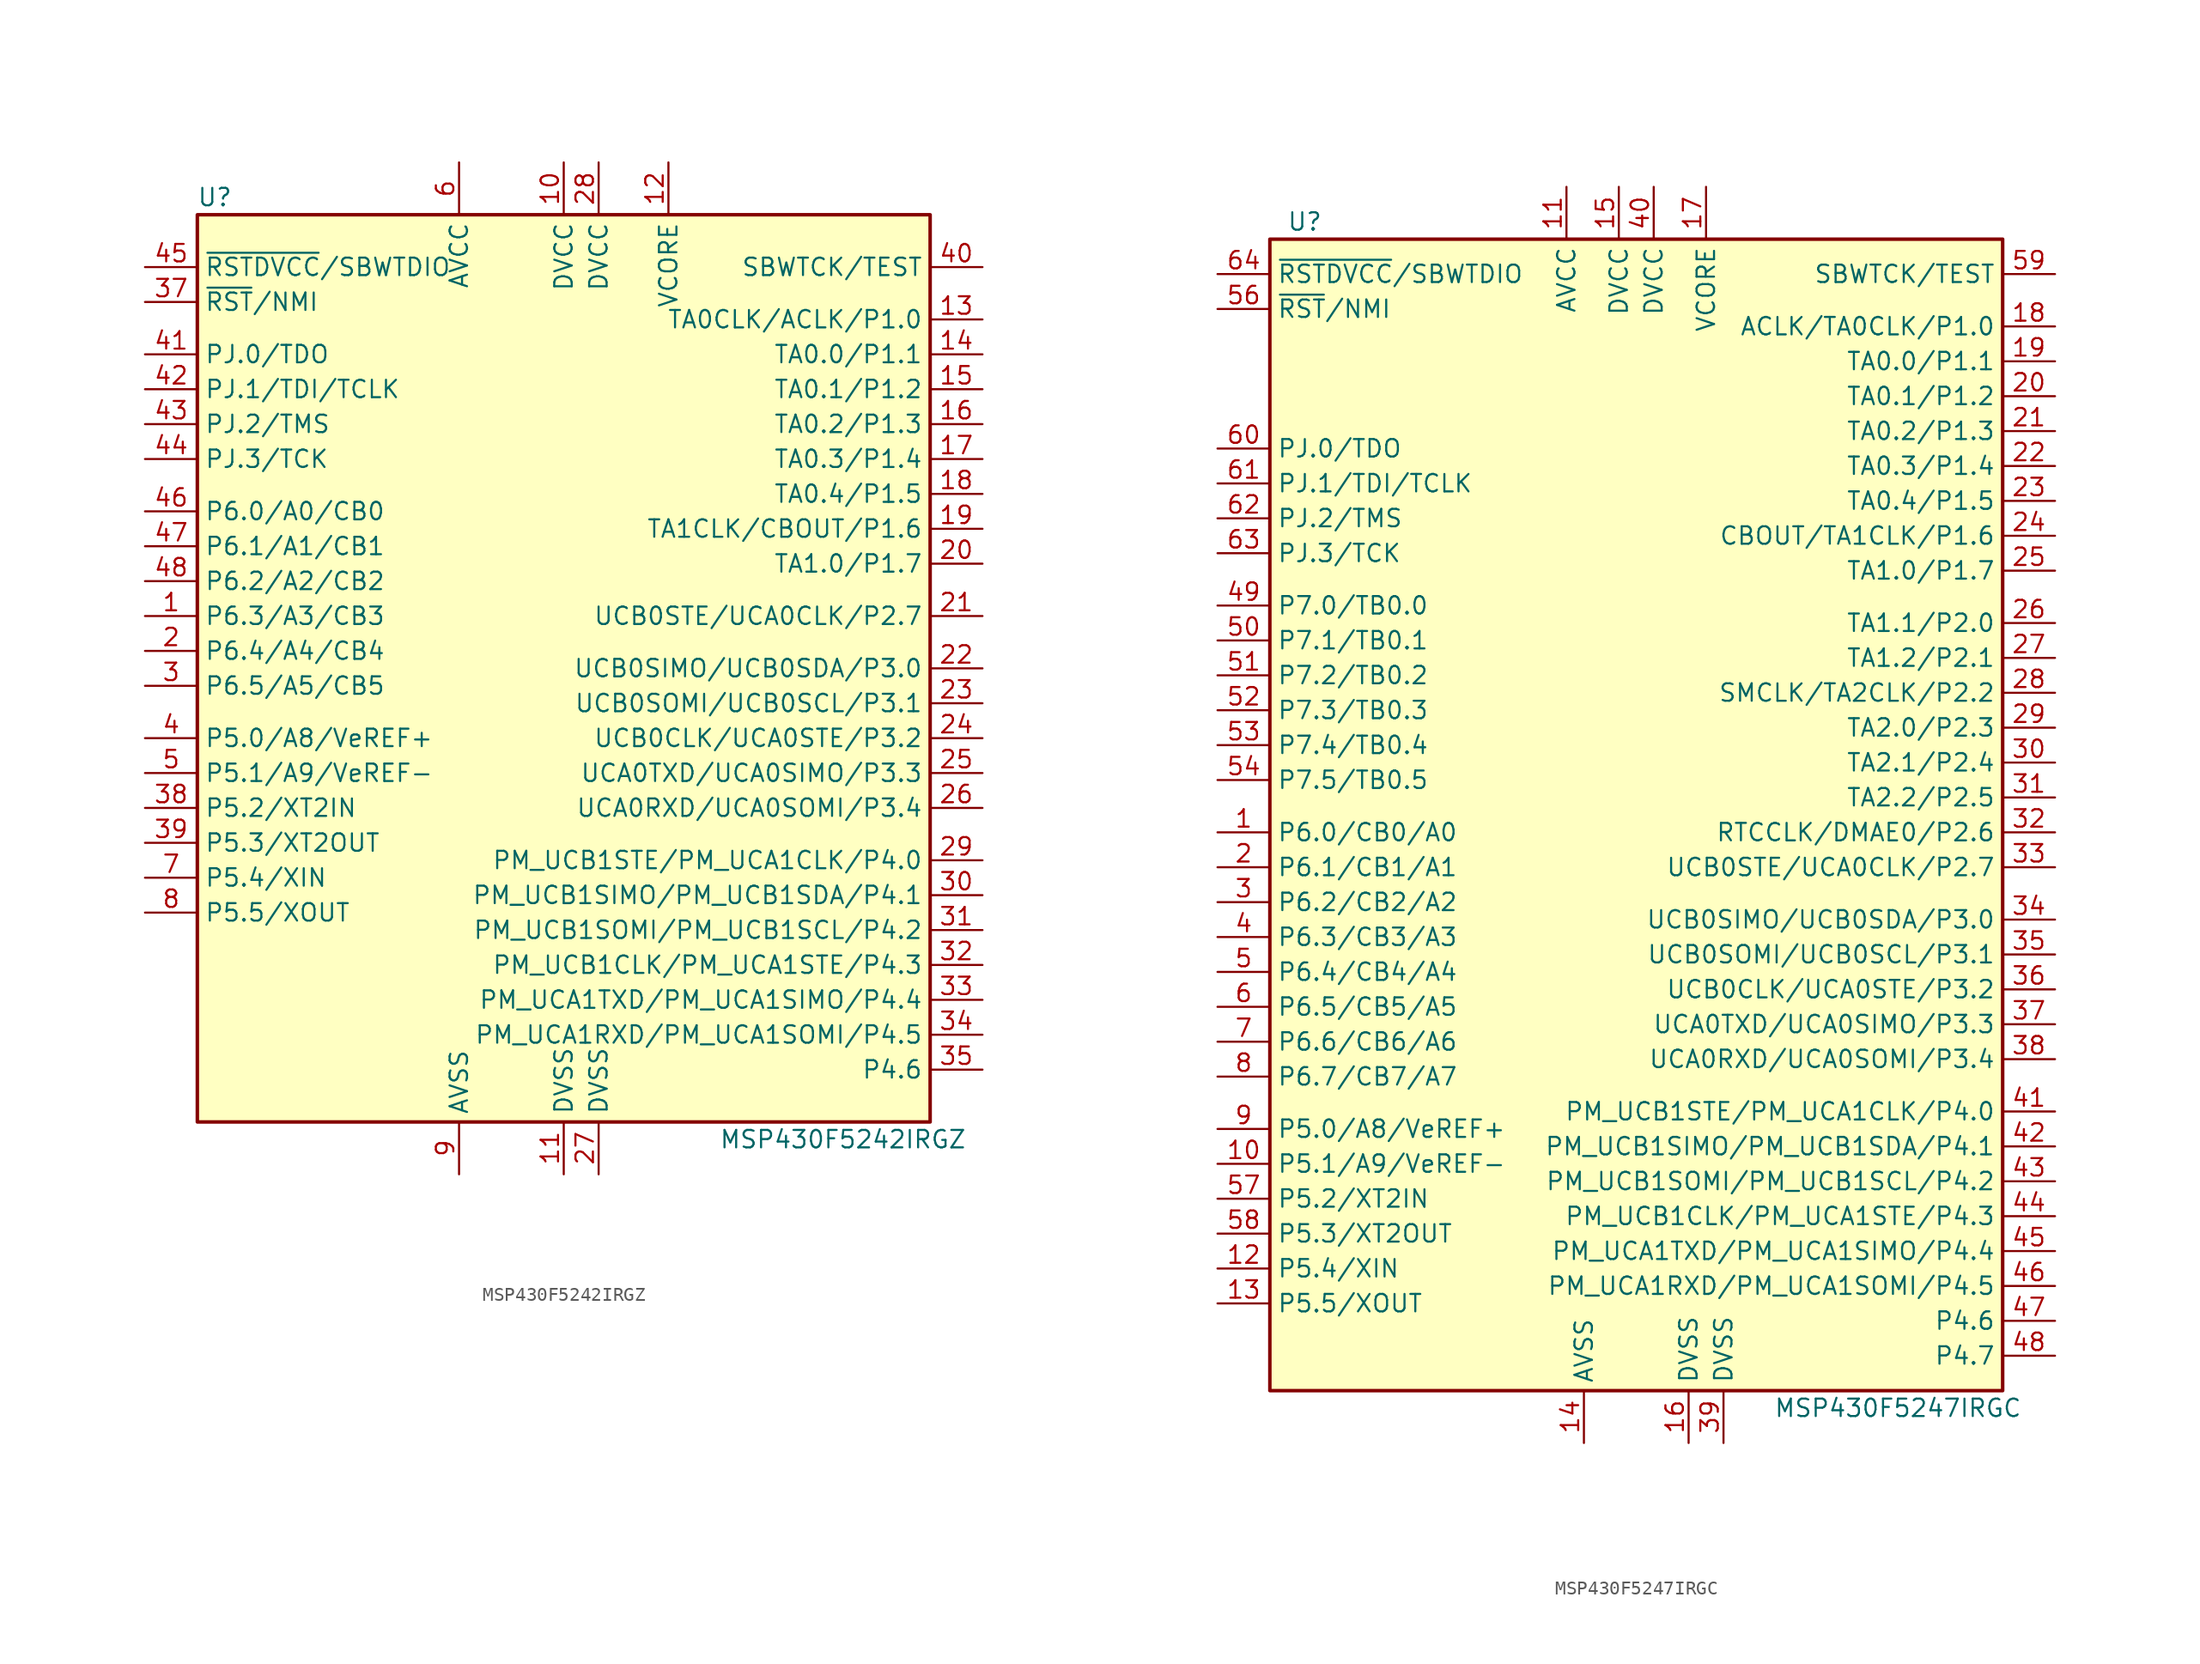
<source format=kicad_sym>
(kicad_symbol_lib
  (version 20201005)
  (generator kicad_symbol_editor)
  (symbol "MCU_Texas_MSP430:MSP430F5242IRGZ"
    (property "Reference" "U"
      (at -25.4 35.56 0)
      (effects (font (size 1.27 1.27))))
    (property "Value" "MSP430F5242IRGZ"
      (at 20.32 -33.02 0)
      (effects (font (size 1.27 1.27))))
    (symbol "MSP430F5242IRGZ_0_1"
      (rectangle (start -26.67 34.29) (end 26.67 -31.75) (stroke (width 0.254)) (fill (type background))))
    (symbol "MSP430F5242IRGZ_1_1"
      (pin bidirectional line (at -30.48 5.08 0) (length 3.81) (name "P6.3/A3/CB3" (effects (font (size 1.27 1.27)))) (number "1" (effects (font (size 1.27 1.27)))))
      (pin power_in line (at 0 38.1 270) (length 3.81) (name "DVCC" (effects (font (size 1.27 1.27)))) (number "10" (effects (font (size 1.27 1.27)))))
      (pin power_in line (at 0 -35.56 90) (length 3.81) (name "DVSS" (effects (font (size 1.27 1.27)))) (number "11" (effects (font (size 1.27 1.27)))))
      (pin passive line (at 7.62 38.1 270) (length 3.81) (name "VCORE" (effects (font (size 1.27 1.27)))) (number "12" (effects (font (size 1.27 1.27)))))
      (pin bidirectional line (at 30.48 26.67 180) (length 3.81) (name "TA0CLK/ACLK/P1.0" (effects (font (size 1.27 1.27)))) (number "13" (effects (font (size 1.27 1.27)))))
      (pin bidirectional line (at 30.48 24.13 180) (length 3.81) (name "TA0.0/P1.1" (effects (font (size 1.27 1.27)))) (number "14" (effects (font (size 1.27 1.27)))))
      (pin bidirectional line (at 30.48 21.59 180) (length 3.81) (name "TA0.1/P1.2" (effects (font (size 1.27 1.27)))) (number "15" (effects (font (size 1.27 1.27)))))
      (pin bidirectional line (at 30.48 19.05 180) (length 3.81) (name "TA0.2/P1.3" (effects (font (size 1.27 1.27)))) (number "16" (effects (font (size 1.27 1.27)))))
      (pin bidirectional line (at 30.48 16.51 180) (length 3.81) (name "TA0.3/P1.4" (effects (font (size 1.27 1.27)))) (number "17" (effects (font (size 1.27 1.27)))))
      (pin bidirectional line (at 30.48 13.97 180) (length 3.81) (name "TA0.4/P1.5" (effects (font (size 1.27 1.27)))) (number "18" (effects (font (size 1.27 1.27)))))
      (pin bidirectional line (at 30.48 11.43 180) (length 3.81) (name "TA1CLK/CBOUT/P1.6" (effects (font (size 1.27 1.27)))) (number "19" (effects (font (size 1.27 1.27)))))
      (pin bidirectional line (at -30.48 2.54 0) (length 3.81) (name "P6.4/A4/CB4" (effects (font (size 1.27 1.27)))) (number "2" (effects (font (size 1.27 1.27)))))
      (pin bidirectional line (at 30.48 8.89 180) (length 3.81) (name "TA1.0/P1.7" (effects (font (size 1.27 1.27)))) (number "20" (effects (font (size 1.27 1.27)))))
      (pin bidirectional line (at 30.48 5.08 180) (length 3.81) (name "UCB0STE/UCA0CLK/P2.7" (effects (font (size 1.27 1.27)))) (number "21" (effects (font (size 1.27 1.27)))))
      (pin bidirectional line (at 30.48 1.27 180) (length 3.81) (name "UCB0SIMO/UCB0SDA/P3.0" (effects (font (size 1.27 1.27)))) (number "22" (effects (font (size 1.27 1.27)))))
      (pin bidirectional line (at 30.48 -1.27 180) (length 3.81) (name "UCB0SOMI/UCB0SCL/P3.1" (effects (font (size 1.27 1.27)))) (number "23" (effects (font (size 1.27 1.27)))))
      (pin bidirectional line (at 30.48 -3.81 180) (length 3.81) (name "UCB0CLK/UCA0STE/P3.2" (effects (font (size 1.27 1.27)))) (number "24" (effects (font (size 1.27 1.27)))))
      (pin bidirectional line (at 30.48 -6.35 180) (length 3.81) (name "UCA0TXD/UCA0SIMO/P3.3" (effects (font (size 1.27 1.27)))) (number "25" (effects (font (size 1.27 1.27)))))
      (pin bidirectional line (at 30.48 -8.89 180) (length 3.81) (name "UCA0RXD/UCA0SOMI/P3.4" (effects (font (size 1.27 1.27)))) (number "26" (effects (font (size 1.27 1.27)))))
      (pin power_in line (at 2.54 -35.56 90) (length 3.81) (name "DVSS" (effects (font (size 1.27 1.27)))) (number "27" (effects (font (size 1.27 1.27)))))
      (pin power_in line (at 2.54 38.1 270) (length 3.81) (name "DVCC" (effects (font (size 1.27 1.27)))) (number "28" (effects (font (size 1.27 1.27)))))
      (pin bidirectional line (at 30.48 -12.7 180) (length 3.81) (name "PM_UCB1STE/PM_UCA1CLK/P4.0" (effects (font (size 1.27 1.27)))) (number "29" (effects (font (size 1.27 1.27)))))
      (pin bidirectional line (at -30.48 0 0) (length 3.81) (name "P6.5/A5/CB5" (effects (font (size 1.27 1.27)))) (number "3" (effects (font (size 1.27 1.27)))))
      (pin bidirectional line (at 30.48 -15.24 180) (length 3.81) (name "PM_UCB1SIMO/PM_UCB1SDA/P4.1" (effects (font (size 1.27 1.27)))) (number "30" (effects (font (size 1.27 1.27)))))
      (pin bidirectional line (at 30.48 -17.78 180) (length 3.81) (name "PM_UCB1SOMI/PM_UCB1SCL/P4.2" (effects (font (size 1.27 1.27)))) (number "31" (effects (font (size 1.27 1.27)))))
      (pin bidirectional line (at 30.48 -20.32 180) (length 3.81) (name "PM_UCB1CLK/PM_UCA1STE/P4.3" (effects (font (size 1.27 1.27)))) (number "32" (effects (font (size 1.27 1.27)))))
      (pin bidirectional line (at 30.48 -22.86 180) (length 3.81) (name "PM_UCA1TXD/PM_UCA1SIMO/P4.4" (effects (font (size 1.27 1.27)))) (number "33" (effects (font (size 1.27 1.27)))))
      (pin bidirectional line (at 30.48 -25.4 180) (length 3.81) (name "PM_UCA1RXD/PM_UCA1SOMI/P4.5" (effects (font (size 1.27 1.27)))) (number "34" (effects (font (size 1.27 1.27)))))
      (pin bidirectional line (at 30.48 -27.94 180) (length 3.81) (name "P4.6" (effects (font (size 1.27 1.27)))) (number "35" (effects (font (size 1.27 1.27)))))
      (pin input line (at -30.48 27.94 0) (length 3.81) (name "~RST~/NMI" (effects (font (size 1.27 1.27)))) (number "37" (effects (font (size 1.27 1.27)))))
      (pin bidirectional line (at -30.48 -8.89 0) (length 3.81) (name "P5.2/XT2IN" (effects (font (size 1.27 1.27)))) (number "38" (effects (font (size 1.27 1.27)))))
      (pin bidirectional line (at -30.48 -11.43 0) (length 3.81) (name "P5.3/XT2OUT" (effects (font (size 1.27 1.27)))) (number "39" (effects (font (size 1.27 1.27)))))
      (pin bidirectional line (at -30.48 -3.81 0) (length 3.81) (name "P5.0/A8/VeREF+" (effects (font (size 1.27 1.27)))) (number "4" (effects (font (size 1.27 1.27)))))
      (pin input line (at 30.48 30.48 180) (length 3.81) (name "SBWTCK/TEST" (effects (font (size 1.27 1.27)))) (number "40" (effects (font (size 1.27 1.27)))))
      (pin bidirectional line (at -30.48 24.13 0) (length 3.81) (name "PJ.0/TDO" (effects (font (size 1.27 1.27)))) (number "41" (effects (font (size 1.27 1.27)))))
      (pin bidirectional line (at -30.48 21.59 0) (length 3.81) (name "PJ.1/TDI/TCLK" (effects (font (size 1.27 1.27)))) (number "42" (effects (font (size 1.27 1.27)))))
      (pin bidirectional line (at -30.48 19.05 0) (length 3.81) (name "PJ.2/TMS" (effects (font (size 1.27 1.27)))) (number "43" (effects (font (size 1.27 1.27)))))
      (pin bidirectional line (at -30.48 16.51 0) (length 3.81) (name "PJ.3/TCK" (effects (font (size 1.27 1.27)))) (number "44" (effects (font (size 1.27 1.27)))))
      (pin bidirectional line (at -30.48 30.48 0) (length 3.81) (name "~RSTDVCC~/SBWTDIO" (effects (font (size 1.27 1.27)))) (number "45" (effects (font (size 1.27 1.27)))))
      (pin bidirectional line (at -30.48 12.7 0) (length 3.81) (name "P6.0/A0/CB0" (effects (font (size 1.27 1.27)))) (number "46" (effects (font (size 1.27 1.27)))))
      (pin bidirectional line (at -30.48 10.16 0) (length 3.81) (name "P6.1/A1/CB1" (effects (font (size 1.27 1.27)))) (number "47" (effects (font (size 1.27 1.27)))))
      (pin bidirectional line (at -30.48 7.62 0) (length 3.81) (name "P6.2/A2/CB2" (effects (font (size 1.27 1.27)))) (number "48" (effects (font (size 1.27 1.27)))))
      (pin bidirectional line (at -30.48 -6.35 0) (length 3.81) (name "P5.1/A9/VeREF-" (effects (font (size 1.27 1.27)))) (number "5" (effects (font (size 1.27 1.27)))))
      (pin power_in line (at -7.62 38.1 270) (length 3.81) (name "AVCC" (effects (font (size 1.27 1.27)))) (number "6" (effects (font (size 1.27 1.27)))))
      (pin bidirectional line (at -30.48 -13.97 0) (length 3.81) (name "P5.4/XIN" (effects (font (size 1.27 1.27)))) (number "7" (effects (font (size 1.27 1.27)))))
      (pin bidirectional line (at -30.48 -16.51 0) (length 3.81) (name "P5.5/XOUT" (effects (font (size 1.27 1.27)))) (number "8" (effects (font (size 1.27 1.27)))))
      (pin power_in line (at -7.62 -35.56 90) (length 3.81) (name "AVSS" (effects (font (size 1.27 1.27)))) (number "9" (effects (font (size 1.27 1.27)))))))
  (symbol "MCU_Texas_MSP430:MSP430F5247IRGC"
    (property "Reference" "U"
      (at -24.13 43.18 0)
      (effects (font (size 1.27 1.27))))
    (property "Value" "MSP430F5247IRGC"
      (at 19.05 -43.18 0)
      (effects (font (size 1.27 1.27))))
    (symbol "MSP430F5247IRGC_0_1"
      (rectangle (start -26.67 41.91) (end 26.67 -41.91) (stroke (width 0.254)) (fill (type background))))
    (symbol "MSP430F5247IRGC_1_1"
      (pin bidirectional line (at -30.48 -1.27 0) (length 3.81) (name "P6.0/CB0/A0" (effects (font (size 1.27 1.27)))) (number "1" (effects (font (size 1.27 1.27)))))
      (pin bidirectional line (at -30.48 -25.4 0) (length 3.81) (name "P5.1/A9/VeREF-" (effects (font (size 1.27 1.27)))) (number "10" (effects (font (size 1.27 1.27)))))
      (pin power_in line (at -5.08 45.72 270) (length 3.81) (name "AVCC" (effects (font (size 1.27 1.27)))) (number "11" (effects (font (size 1.27 1.27)))))
      (pin bidirectional line (at -30.48 -33.02 0) (length 3.81) (name "P5.4/XIN" (effects (font (size 1.27 1.27)))) (number "12" (effects (font (size 1.27 1.27)))))
      (pin bidirectional line (at -30.48 -35.56 0) (length 3.81) (name "P5.5/XOUT" (effects (font (size 1.27 1.27)))) (number "13" (effects (font (size 1.27 1.27)))))
      (pin power_in line (at -3.81 -45.72 90) (length 3.81) (name "AVSS" (effects (font (size 1.27 1.27)))) (number "14" (effects (font (size 1.27 1.27)))))
      (pin power_in line (at -1.27 45.72 270) (length 3.81) (name "DVCC" (effects (font (size 1.27 1.27)))) (number "15" (effects (font (size 1.27 1.27)))))
      (pin power_in line (at 3.81 -45.72 90) (length 3.81) (name "DVSS" (effects (font (size 1.27 1.27)))) (number "16" (effects (font (size 1.27 1.27)))))
      (pin power_in line (at 5.08 45.72 270) (length 3.81) (name "VCORE" (effects (font (size 1.27 1.27)))) (number "17" (effects (font (size 1.27 1.27)))))
      (pin bidirectional line (at 30.48 35.56 180) (length 3.81) (name "ACLK/TA0CLK/P1.0" (effects (font (size 1.27 1.27)))) (number "18" (effects (font (size 1.27 1.27)))))
      (pin bidirectional line (at 30.48 33.02 180) (length 3.81) (name "TA0.0/P1.1" (effects (font (size 1.27 1.27)))) (number "19" (effects (font (size 1.27 1.27)))))
      (pin bidirectional line (at -30.48 -3.81 0) (length 3.81) (name "P6.1/CB1/A1" (effects (font (size 1.27 1.27)))) (number "2" (effects (font (size 1.27 1.27)))))
      (pin bidirectional line (at 30.48 30.48 180) (length 3.81) (name "TA0.1/P1.2" (effects (font (size 1.27 1.27)))) (number "20" (effects (font (size 1.27 1.27)))))
      (pin bidirectional line (at 30.48 27.94 180) (length 3.81) (name "TA0.2/P1.3" (effects (font (size 1.27 1.27)))) (number "21" (effects (font (size 1.27 1.27)))))
      (pin bidirectional line (at 30.48 25.4 180) (length 3.81) (name "TA0.3/P1.4" (effects (font (size 1.27 1.27)))) (number "22" (effects (font (size 1.27 1.27)))))
      (pin bidirectional line (at 30.48 22.86 180) (length 3.81) (name "TA0.4/P1.5" (effects (font (size 1.27 1.27)))) (number "23" (effects (font (size 1.27 1.27)))))
      (pin bidirectional line (at 30.48 20.32 180) (length 3.81) (name "CBOUT/TA1CLK/P1.6" (effects (font (size 1.27 1.27)))) (number "24" (effects (font (size 1.27 1.27)))))
      (pin bidirectional line (at 30.48 17.78 180) (length 3.81) (name "TA1.0/P1.7" (effects (font (size 1.27 1.27)))) (number "25" (effects (font (size 1.27 1.27)))))
      (pin bidirectional line (at 30.48 13.97 180) (length 3.81) (name "TA1.1/P2.0" (effects (font (size 1.27 1.27)))) (number "26" (effects (font (size 1.27 1.27)))))
      (pin bidirectional line (at 30.48 11.43 180) (length 3.81) (name "TA1.2/P2.1" (effects (font (size 1.27 1.27)))) (number "27" (effects (font (size 1.27 1.27)))))
      (pin bidirectional line (at 30.48 8.89 180) (length 3.81) (name "SMCLK/TA2CLK/P2.2" (effects (font (size 1.27 1.27)))) (number "28" (effects (font (size 1.27 1.27)))))
      (pin bidirectional line (at 30.48 6.35 180) (length 3.81) (name "TA2.0/P2.3" (effects (font (size 1.27 1.27)))) (number "29" (effects (font (size 1.27 1.27)))))
      (pin bidirectional line (at -30.48 -6.35 0) (length 3.81) (name "P6.2/CB2/A2" (effects (font (size 1.27 1.27)))) (number "3" (effects (font (size 1.27 1.27)))))
      (pin bidirectional line (at 30.48 3.81 180) (length 3.81) (name "TA2.1/P2.4" (effects (font (size 1.27 1.27)))) (number "30" (effects (font (size 1.27 1.27)))))
      (pin bidirectional line (at 30.48 1.27 180) (length 3.81) (name "TA2.2/P2.5" (effects (font (size 1.27 1.27)))) (number "31" (effects (font (size 1.27 1.27)))))
      (pin bidirectional line (at 30.48 -1.27 180) (length 3.81) (name "RTCCLK/DMAE0/P2.6" (effects (font (size 1.27 1.27)))) (number "32" (effects (font (size 1.27 1.27)))))
      (pin bidirectional line (at 30.48 -3.81 180) (length 3.81) (name "UCB0STE/UCA0CLK/P2.7" (effects (font (size 1.27 1.27)))) (number "33" (effects (font (size 1.27 1.27)))))
      (pin bidirectional line (at 30.48 -7.62 180) (length 3.81) (name "UCB0SIMO/UCB0SDA/P3.0" (effects (font (size 1.27 1.27)))) (number "34" (effects (font (size 1.27 1.27)))))
      (pin bidirectional line (at 30.48 -10.16 180) (length 3.81) (name "UCB0SOMI/UCB0SCL/P3.1" (effects (font (size 1.27 1.27)))) (number "35" (effects (font (size 1.27 1.27)))))
      (pin bidirectional line (at 30.48 -12.7 180) (length 3.81) (name "UCB0CLK/UCA0STE/P3.2" (effects (font (size 1.27 1.27)))) (number "36" (effects (font (size 1.27 1.27)))))
      (pin bidirectional line (at 30.48 -15.24 180) (length 3.81) (name "UCA0TXD/UCA0SIMO/P3.3" (effects (font (size 1.27 1.27)))) (number "37" (effects (font (size 1.27 1.27)))))
      (pin bidirectional line (at 30.48 -17.78 180) (length 3.81) (name "UCA0RXD/UCA0SOMI/P3.4" (effects (font (size 1.27 1.27)))) (number "38" (effects (font (size 1.27 1.27)))))
      (pin power_in line (at 6.35 -45.72 90) (length 3.81) (name "DVSS" (effects (font (size 1.27 1.27)))) (number "39" (effects (font (size 1.27 1.27)))))
      (pin bidirectional line (at -30.48 -8.89 0) (length 3.81) (name "P6.3/CB3/A3" (effects (font (size 1.27 1.27)))) (number "4" (effects (font (size 1.27 1.27)))))
      (pin power_in line (at 1.27 45.72 270) (length 3.81) (name "DVCC" (effects (font (size 1.27 1.27)))) (number "40" (effects (font (size 1.27 1.27)))))
      (pin bidirectional line (at 30.48 -21.59 180) (length 3.81) (name "PM_UCB1STE/PM_UCA1CLK/P4.0" (effects (font (size 1.27 1.27)))) (number "41" (effects (font (size 1.27 1.27)))))
      (pin bidirectional line (at 30.48 -24.13 180) (length 3.81) (name "PM_UCB1SIMO/PM_UCB1SDA/P4.1" (effects (font (size 1.27 1.27)))) (number "42" (effects (font (size 1.27 1.27)))))
      (pin bidirectional line (at 30.48 -26.67 180) (length 3.81) (name "PM_UCB1SOMI/PM_UCB1SCL/P4.2" (effects (font (size 1.27 1.27)))) (number "43" (effects (font (size 1.27 1.27)))))
      (pin bidirectional line (at 30.48 -29.21 180) (length 3.81) (name "PM_UCB1CLK/PM_UCA1STE/P4.3" (effects (font (size 1.27 1.27)))) (number "44" (effects (font (size 1.27 1.27)))))
      (pin bidirectional line (at 30.48 -31.75 180) (length 3.81) (name "PM_UCA1TXD/PM_UCA1SIMO/P4.4" (effects (font (size 1.27 1.27)))) (number "45" (effects (font (size 1.27 1.27)))))
      (pin bidirectional line (at 30.48 -34.29 180) (length 3.81) (name "PM_UCA1RXD/PM_UCA1SOMI/P4.5" (effects (font (size 1.27 1.27)))) (number "46" (effects (font (size 1.27 1.27)))))
      (pin bidirectional line (at 30.48 -36.83 180) (length 3.81) (name "P4.6" (effects (font (size 1.27 1.27)))) (number "47" (effects (font (size 1.27 1.27)))))
      (pin bidirectional line (at 30.48 -39.37 180) (length 3.81) (name "P4.7" (effects (font (size 1.27 1.27)))) (number "48" (effects (font (size 1.27 1.27)))))
      (pin bidirectional line (at -30.48 15.24 0) (length 3.81) (name "P7.0/TB0.0" (effects (font (size 1.27 1.27)))) (number "49" (effects (font (size 1.27 1.27)))))
      (pin bidirectional line (at -30.48 -11.43 0) (length 3.81) (name "P6.4/CB4/A4" (effects (font (size 1.27 1.27)))) (number "5" (effects (font (size 1.27 1.27)))))
      (pin bidirectional line (at -30.48 12.7 0) (length 3.81) (name "P7.1/TB0.1" (effects (font (size 1.27 1.27)))) (number "50" (effects (font (size 1.27 1.27)))))
      (pin bidirectional line (at -30.48 10.16 0) (length 3.81) (name "P7.2/TB0.2" (effects (font (size 1.27 1.27)))) (number "51" (effects (font (size 1.27 1.27)))))
      (pin bidirectional line (at -30.48 7.62 0) (length 3.81) (name "P7.3/TB0.3" (effects (font (size 1.27 1.27)))) (number "52" (effects (font (size 1.27 1.27)))))
      (pin bidirectional line (at -30.48 5.08 0) (length 3.81) (name "P7.4/TB0.4" (effects (font (size 1.27 1.27)))) (number "53" (effects (font (size 1.27 1.27)))))
      (pin bidirectional line (at -30.48 2.54 0) (length 3.81) (name "P7.5/TB0.5" (effects (font (size 1.27 1.27)))) (number "54" (effects (font (size 1.27 1.27)))))
      (pin input line (at -30.48 36.83 0) (length 3.81) (name "~RST~/NMI" (effects (font (size 1.27 1.27)))) (number "56" (effects (font (size 1.27 1.27)))))
      (pin bidirectional line (at -30.48 -27.94 0) (length 3.81) (name "P5.2/XT2IN" (effects (font (size 1.27 1.27)))) (number "57" (effects (font (size 1.27 1.27)))))
      (pin bidirectional line (at -30.48 -30.48 0) (length 3.81) (name "P5.3/XT2OUT" (effects (font (size 1.27 1.27)))) (number "58" (effects (font (size 1.27 1.27)))))
      (pin input line (at 30.48 39.37 180) (length 3.81) (name "SBWTCK/TEST" (effects (font (size 1.27 1.27)))) (number "59" (effects (font (size 1.27 1.27)))))
      (pin bidirectional line (at -30.48 -13.97 0) (length 3.81) (name "P6.5/CB5/A5" (effects (font (size 1.27 1.27)))) (number "6" (effects (font (size 1.27 1.27)))))
      (pin bidirectional line (at -30.48 26.67 0) (length 3.81) (name "PJ.0/TDO" (effects (font (size 1.27 1.27)))) (number "60" (effects (font (size 1.27 1.27)))))
      (pin bidirectional line (at -30.48 24.13 0) (length 3.81) (name "PJ.1/TDI/TCLK" (effects (font (size 1.27 1.27)))) (number "61" (effects (font (size 1.27 1.27)))))
      (pin bidirectional line (at -30.48 21.59 0) (length 3.81) (name "PJ.2/TMS" (effects (font (size 1.27 1.27)))) (number "62" (effects (font (size 1.27 1.27)))))
      (pin bidirectional line (at -30.48 19.05 0) (length 3.81) (name "PJ.3/TCK" (effects (font (size 1.27 1.27)))) (number "63" (effects (font (size 1.27 1.27)))))
      (pin bidirectional line (at -30.48 39.37 0) (length 3.81) (name "~RSTDVCC~/SBWTDIO" (effects (font (size 1.27 1.27)))) (number "64" (effects (font (size 1.27 1.27)))))
      (pin bidirectional line (at -30.48 -16.51 0) (length 3.81) (name "P6.6/CB6/A6" (effects (font (size 1.27 1.27)))) (number "7" (effects (font (size 1.27 1.27)))))
      (pin bidirectional line (at -30.48 -19.05 0) (length 3.81) (name "P6.7/CB7/A7" (effects (font (size 1.27 1.27)))) (number "8" (effects (font (size 1.27 1.27)))))
      (pin bidirectional line (at -30.48 -22.86 0) (length 3.81) (name "P5.0/A8/VeREF+" (effects (font (size 1.27 1.27)))) (number "9" (effects (font (size 1.27 1.27))))))))
</source>
